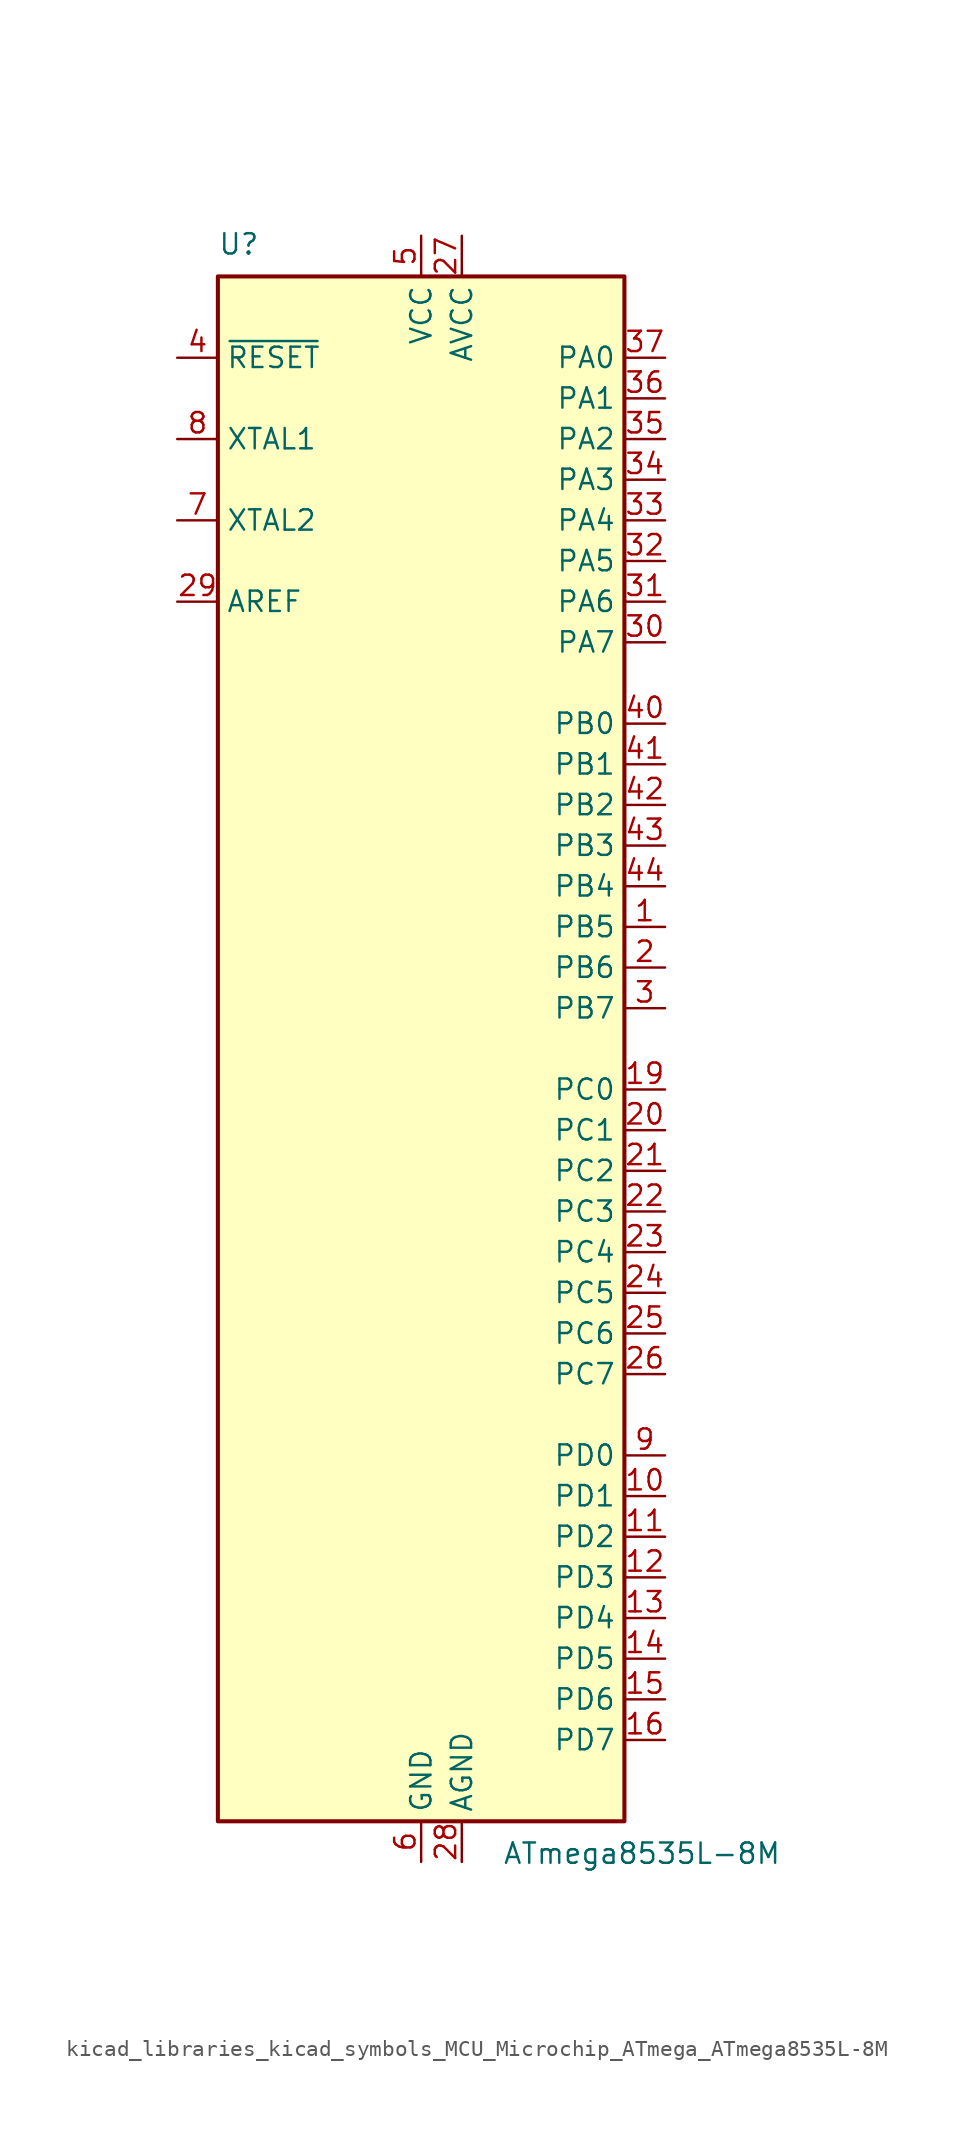
<source format=kicad_sym>
(kicad_symbol_lib
  (version 20220914)
  (generator kicad_symbol_editor)
  (symbol "kicad_libraries_kicad_symbols_MCU_Microchip_ATmega_ATmega8535L-8M"
    (property "Reference" "U"
      (at -12.7 49.53 0)
      (effects (font (size 1.27 1.27)) (justify left bottom)))
    (property "Value" "ATmega8535L-8M"
      (at 5.08 -49.53 0)
      (effects (font (size 1.27 1.27)) (justify left top)))
    (symbol "kicad_libraries_kicad_symbols_MCU_Microchip_ATmega_ATmega8535L-8M_0_1"
      (rectangle (start -12.7 -48.26) (end 12.7 48.26) (stroke (width 0.254) (type default)) (fill (type background))))
    (symbol "kicad_libraries_kicad_symbols_MCU_Microchip_ATmega_ATmega8535L-8M_1_1"
      (pin bidirectional line (at 15.24 7.62 180) (length 2.54) (name "PB5" (effects (font (size 1.27 1.27)))) (number "1" (effects (font (size 1.27 1.27)))))
      (pin bidirectional line (at 15.24 -27.94 180) (length 2.54) (name "PD1" (effects (font (size 1.27 1.27)))) (number "10" (effects (font (size 1.27 1.27)))))
      (pin bidirectional line (at 15.24 -30.48 180) (length 2.54) (name "PD2" (effects (font (size 1.27 1.27)))) (number "11" (effects (font (size 1.27 1.27)))))
      (pin bidirectional line (at 15.24 -33.02 180) (length 2.54) (name "PD3" (effects (font (size 1.27 1.27)))) (number "12" (effects (font (size 1.27 1.27)))))
      (pin bidirectional line (at 15.24 -35.56 180) (length 2.54) (name "PD4" (effects (font (size 1.27 1.27)))) (number "13" (effects (font (size 1.27 1.27)))))
      (pin bidirectional line (at 15.24 -38.1 180) (length 2.54) (name "PD5" (effects (font (size 1.27 1.27)))) (number "14" (effects (font (size 1.27 1.27)))))
      (pin bidirectional line (at 15.24 -40.64 180) (length 2.54) (name "PD6" (effects (font (size 1.27 1.27)))) (number "15" (effects (font (size 1.27 1.27)))))
      (pin bidirectional line (at 15.24 -43.18 180) (length 2.54) (name "PD7" (effects (font (size 1.27 1.27)))) (number "16" (effects (font (size 1.27 1.27)))))
      (pin passive line (at 0 50.8 270) (length 2.54) hide (name "VCC" (effects (font (size 1.27 1.27)))) (number "17" (effects (font (size 1.27 1.27)))))
      (pin passive line (at 0 -50.8 90) (length 2.54) hide (name "GND" (effects (font (size 1.27 1.27)))) (number "18" (effects (font (size 1.27 1.27)))))
      (pin bidirectional line (at 15.24 -2.54 180) (length 2.54) (name "PC0" (effects (font (size 1.27 1.27)))) (number "19" (effects (font (size 1.27 1.27)))))
      (pin bidirectional line (at 15.24 5.08 180) (length 2.54) (name "PB6" (effects (font (size 1.27 1.27)))) (number "2" (effects (font (size 1.27 1.27)))))
      (pin bidirectional line (at 15.24 -5.08 180) (length 2.54) (name "PC1" (effects (font (size 1.27 1.27)))) (number "20" (effects (font (size 1.27 1.27)))))
      (pin bidirectional line (at 15.24 -7.62 180) (length 2.54) (name "PC2" (effects (font (size 1.27 1.27)))) (number "21" (effects (font (size 1.27 1.27)))))
      (pin bidirectional line (at 15.24 -10.16 180) (length 2.54) (name "PC3" (effects (font (size 1.27 1.27)))) (number "22" (effects (font (size 1.27 1.27)))))
      (pin bidirectional line (at 15.24 -12.7 180) (length 2.54) (name "PC4" (effects (font (size 1.27 1.27)))) (number "23" (effects (font (size 1.27 1.27)))))
      (pin bidirectional line (at 15.24 -15.24 180) (length 2.54) (name "PC5" (effects (font (size 1.27 1.27)))) (number "24" (effects (font (size 1.27 1.27)))))
      (pin bidirectional line (at 15.24 -17.78 180) (length 2.54) (name "PC6" (effects (font (size 1.27 1.27)))) (number "25" (effects (font (size 1.27 1.27)))))
      (pin bidirectional line (at 15.24 -20.32 180) (length 2.54) (name "PC7" (effects (font (size 1.27 1.27)))) (number "26" (effects (font (size 1.27 1.27)))))
      (pin power_in line (at 2.54 50.8 270) (length 2.54) (name "AVCC" (effects (font (size 1.27 1.27)))) (number "27" (effects (font (size 1.27 1.27)))))
      (pin power_in line (at 2.54 -50.8 90) (length 2.54) (name "AGND" (effects (font (size 1.27 1.27)))) (number "28" (effects (font (size 1.27 1.27)))))
      (pin passive line (at -15.24 27.94 0) (length 2.54) (name "AREF" (effects (font (size 1.27 1.27)))) (number "29" (effects (font (size 1.27 1.27)))))
      (pin bidirectional line (at 15.24 2.54 180) (length 2.54) (name "PB7" (effects (font (size 1.27 1.27)))) (number "3" (effects (font (size 1.27 1.27)))))
      (pin bidirectional line (at 15.24 25.4 180) (length 2.54) (name "PA7" (effects (font (size 1.27 1.27)))) (number "30" (effects (font (size 1.27 1.27)))))
      (pin bidirectional line (at 15.24 27.94 180) (length 2.54) (name "PA6" (effects (font (size 1.27 1.27)))) (number "31" (effects (font (size 1.27 1.27)))))
      (pin bidirectional line (at 15.24 30.48 180) (length 2.54) (name "PA5" (effects (font (size 1.27 1.27)))) (number "32" (effects (font (size 1.27 1.27)))))
      (pin bidirectional line (at 15.24 33.02 180) (length 2.54) (name "PA4" (effects (font (size 1.27 1.27)))) (number "33" (effects (font (size 1.27 1.27)))))
      (pin bidirectional line (at 15.24 35.56 180) (length 2.54) (name "PA3" (effects (font (size 1.27 1.27)))) (number "34" (effects (font (size 1.27 1.27)))))
      (pin bidirectional line (at 15.24 38.1 180) (length 2.54) (name "PA2" (effects (font (size 1.27 1.27)))) (number "35" (effects (font (size 1.27 1.27)))))
      (pin bidirectional line (at 15.24 40.64 180) (length 2.54) (name "PA1" (effects (font (size 1.27 1.27)))) (number "36" (effects (font (size 1.27 1.27)))))
      (pin bidirectional line (at 15.24 43.18 180) (length 2.54) (name "PA0" (effects (font (size 1.27 1.27)))) (number "37" (effects (font (size 1.27 1.27)))))
      (pin passive line (at 0 50.8 270) (length 2.54) hide (name "VCC" (effects (font (size 1.27 1.27)))) (number "38" (effects (font (size 1.27 1.27)))))
      (pin passive line (at 0 -50.8 90) (length 2.54) hide (name "GND" (effects (font (size 1.27 1.27)))) (number "39" (effects (font (size 1.27 1.27)))))
      (pin input line (at -15.24 43.18 0) (length 2.54) (name "~{RESET}" (effects (font (size 1.27 1.27)))) (number "4" (effects (font (size 1.27 1.27)))))
      (pin bidirectional line (at 15.24 20.32 180) (length 2.54) (name "PB0" (effects (font (size 1.27 1.27)))) (number "40" (effects (font (size 1.27 1.27)))))
      (pin bidirectional line (at 15.24 17.78 180) (length 2.54) (name "PB1" (effects (font (size 1.27 1.27)))) (number "41" (effects (font (size 1.27 1.27)))))
      (pin bidirectional line (at 15.24 15.24 180) (length 2.54) (name "PB2" (effects (font (size 1.27 1.27)))) (number "42" (effects (font (size 1.27 1.27)))))
      (pin bidirectional line (at 15.24 12.7 180) (length 2.54) (name "PB3" (effects (font (size 1.27 1.27)))) (number "43" (effects (font (size 1.27 1.27)))))
      (pin bidirectional line (at 15.24 10.16 180) (length 2.54) (name "PB4" (effects (font (size 1.27 1.27)))) (number "44" (effects (font (size 1.27 1.27)))))
      (pin passive line (at 0 -50.8 90) (length 2.54) hide (name "GND" (effects (font (size 1.27 1.27)))) (number "45" (effects (font (size 1.27 1.27)))))
      (pin power_in line (at 0 50.8 270) (length 2.54) (name "VCC" (effects (font (size 1.27 1.27)))) (number "5" (effects (font (size 1.27 1.27)))))
      (pin power_in line (at 0 -50.8 90) (length 2.54) (name "GND" (effects (font (size 1.27 1.27)))) (number "6" (effects (font (size 1.27 1.27)))))
      (pin output line (at -15.24 33.02 0) (length 2.54) (name "XTAL2" (effects (font (size 1.27 1.27)))) (number "7" (effects (font (size 1.27 1.27)))))
      (pin input line (at -15.24 38.1 0) (length 2.54) (name "XTAL1" (effects (font (size 1.27 1.27)))) (number "8" (effects (font (size 1.27 1.27)))))
      (pin bidirectional line (at 15.24 -25.4 180) (length 2.54) (name "PD0" (effects (font (size 1.27 1.27)))) (number "9" (effects (font (size 1.27 1.27))))))))
</source>
